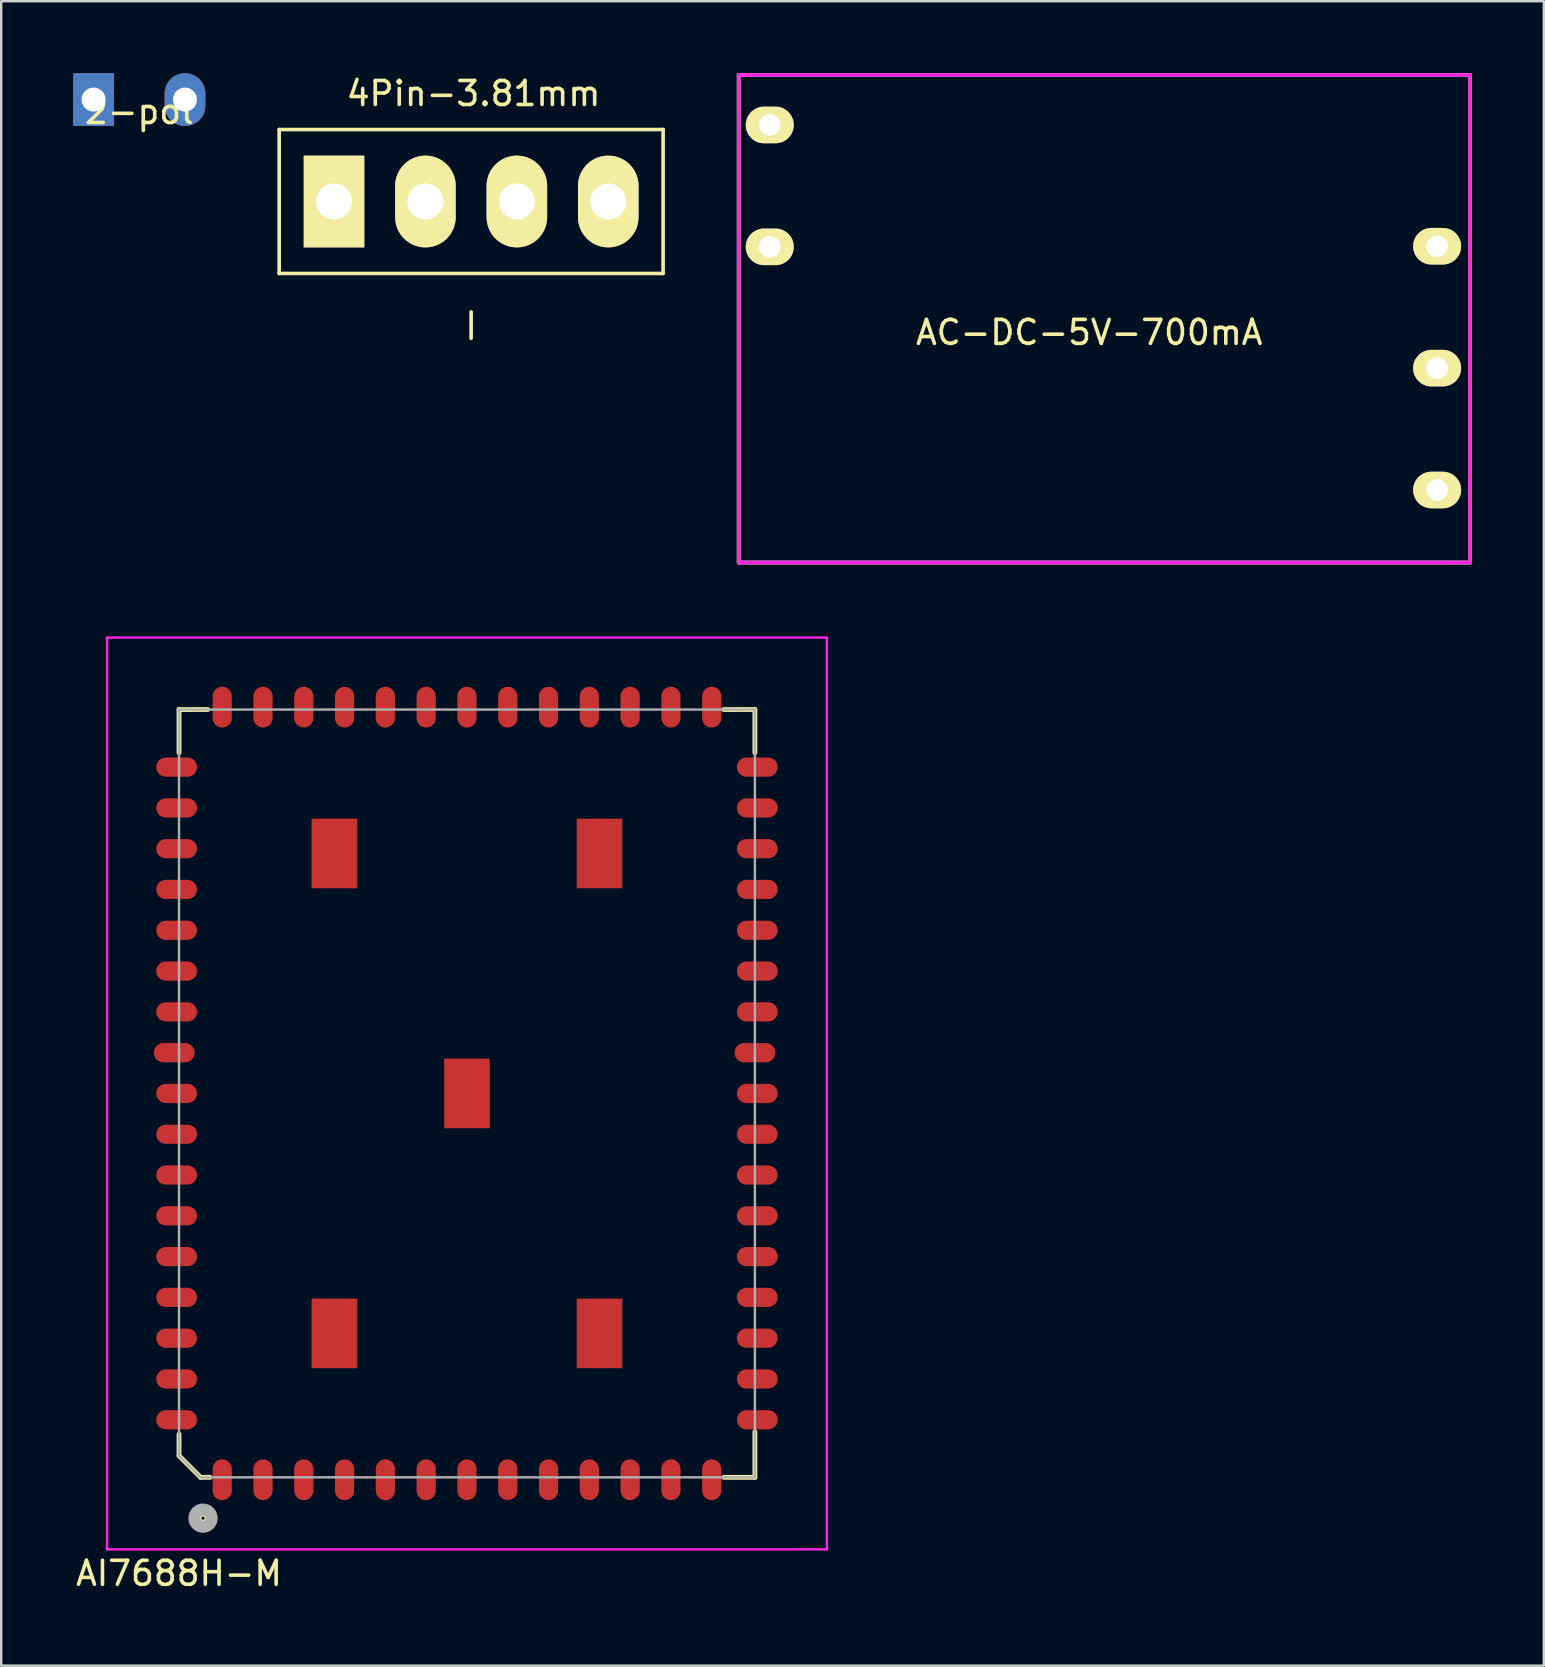
<source format=kicad_pcb>
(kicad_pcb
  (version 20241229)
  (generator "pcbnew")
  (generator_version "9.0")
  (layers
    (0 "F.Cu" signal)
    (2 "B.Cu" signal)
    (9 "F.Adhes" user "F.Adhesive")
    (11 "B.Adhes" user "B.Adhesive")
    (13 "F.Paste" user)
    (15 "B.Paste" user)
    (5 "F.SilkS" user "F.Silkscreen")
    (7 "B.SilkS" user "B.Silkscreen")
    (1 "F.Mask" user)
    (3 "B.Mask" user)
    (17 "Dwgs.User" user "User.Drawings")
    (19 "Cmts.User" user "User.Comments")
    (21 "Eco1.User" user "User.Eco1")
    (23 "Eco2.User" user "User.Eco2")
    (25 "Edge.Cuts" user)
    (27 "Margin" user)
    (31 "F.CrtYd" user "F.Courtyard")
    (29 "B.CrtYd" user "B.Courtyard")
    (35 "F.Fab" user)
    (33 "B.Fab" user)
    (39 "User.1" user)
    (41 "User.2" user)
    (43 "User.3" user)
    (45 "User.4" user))
  (footprint "AI7688H-M"
    (layer "F.Cu")
    (at 16.411 42.52)
    (property "Reference" "AI7688H-M" (at -12 20 0) (layer "F.SilkS") (effects (font (size 1 1) (thickness 0.15))))
    (attr through_hole)
    (fp_line (start -12 -16) (end -12 -14.2) (stroke (width 0.2) (type solid)) (layer "F.SilkS"))
    (fp_line (start -12 15.1) (end -12 14.2) (stroke (width 0.2) (type solid)) (layer "F.SilkS"))
    (fp_line (start -11.1 16) (end -12 15.1) (stroke (width 0.2) (type solid)) (layer "F.SilkS"))
    (fp_line (start -10.8 -16) (end -12 -16) (stroke (width 0.2) (type solid)) (layer "F.SilkS"))
    (fp_line (start -10.7 16) (end -11.1 16) (stroke (width 0.2) (type solid)) (layer "F.SilkS"))
    (fp_line (start 10.7 -16) (end 12 -16) (stroke (width 0.2) (type solid)) (layer "F.SilkS"))
    (fp_line (start 10.7 16) (end 12 16) (stroke (width 0.2) (type solid)) (layer "F.SilkS"))
    (fp_line (start 12 -16) (end 12 -14.2) (stroke (width 0.2) (type solid)) (layer "F.SilkS"))
    (fp_line (start 12 16) (end 12 14.1) (stroke (width 0.2) (type solid)) (layer "F.SilkS"))
    (fp_circle (center -11 17.7) (end -10.7 17.8) (stroke (width 0.5) (type solid)) (fill no) (layer "F.SilkS"))
    (fp_line (start -15 -19) (end 15 -19) (stroke (width 0.1) (type solid)) (layer "F.CrtYd"))
    (fp_line (start -15 19) (end -15 -19) (stroke (width 0.1) (type solid)) (layer "F.CrtYd"))
    (fp_line (start 15 -19) (end 15 19) (stroke (width 0.1) (type solid)) (layer "F.CrtYd"))
    (fp_line (start 15 19) (end -15 19) (stroke (width 0.1) (type solid)) (layer "F.CrtYd"))
    (fp_line (start -12 -16) (end -12 15.1) (stroke (width 0.1) (type solid)) (layer "F.Fab"))
    (fp_line (start -12 15.1) (end -11.1 16) (stroke (width 0.1) (type solid)) (layer "F.Fab"))
    (fp_line (start -11.1 16) (end 12 16) (stroke (width 0.1) (type solid)) (layer "F.Fab"))
    (fp_line (start 12 -16) (end -12 -16) (stroke (width 0.1) (type solid)) (layer "F.Fab"))
    (fp_line (start 12 16) (end 12 -16) (stroke (width 0.1) (type solid)) (layer "F.Fab"))
    (fp_circle (center -11 17.7) (end -10.7 17.9) (stroke (width 0.5) (type solid)) (fill no) (layer "F.Fab"))
    (pad "1" smd oval (at -10.2 16.1) (size 0.8 1.7) (layers "F.Cu" "F.Mask" "F.Paste"))
    (pad "2" smd oval (at -8.5 16.1) (size 0.8 1.7) (layers "F.Cu" "F.Mask" "F.Paste"))
    (pad "3" smd oval (at -6.8 16.1) (size 0.8 1.7) (layers "F.Cu" "F.Mask" "F.Paste"))
    (pad "4" smd oval (at -5.1 16.1) (size 0.8 1.7) (layers "F.Cu" "F.Mask" "F.Paste"))
    (pad "5" smd oval (at -3.4 16.1) (size 0.8 1.7) (layers "F.Cu" "F.Mask" "F.Paste"))
    (pad "6" smd oval (at -1.7 16.1) (size 0.8 1.7) (layers "F.Cu" "F.Mask" "F.Paste"))
    (pad "7" smd oval (at 0 16.1) (size 0.8 1.7) (layers "F.Cu" "F.Mask" "F.Paste"))
    (pad "8" smd oval (at 1.7 16.1) (size 0.8 1.7) (layers "F.Cu" "F.Mask" "F.Paste"))
    (pad "9" smd oval (at 3.4 16.1) (size 0.8 1.7) (layers "F.Cu" "F.Mask" "F.Paste"))
    (pad "10" smd oval (at 5.1 16.1) (size 0.8 1.7) (layers "F.Cu" "F.Mask" "F.Paste"))
    (pad "11" smd oval (at 6.8 16.1) (size 0.8 1.7) (layers "F.Cu" "F.Mask" "F.Paste"))
    (pad "12" smd oval (at 8.5 16.1) (size 0.8 1.7) (layers "F.Cu" "F.Mask" "F.Paste"))
    (pad "13" smd oval (at 10.2 16.1) (size 0.8 1.7) (layers "F.Cu" "F.Mask" "F.Paste"))
    (pad "14" smd oval (at 12.1 13.6 90) (size 0.8 1.7) (layers "F.Cu" "F.Mask" "F.Paste"))
    (pad "15" smd oval (at 12.1 11.9 90) (size 0.8 1.7) (layers "F.Cu" "F.Mask" "F.Paste"))
    (pad "16" smd oval (at 12.1 10.2 90) (size 0.8 1.7) (layers "F.Cu" "F.Mask" "F.Paste"))
    (pad "17" smd oval (at 12.1 8.5 90) (size 0.8 1.7) (layers "F.Cu" "F.Mask" "F.Paste"))
    (pad "18" smd oval (at 12.1 6.8 90) (size 0.8 1.7) (layers "F.Cu" "F.Mask" "F.Paste"))
    (pad "19" smd oval (at 12.1 5.1 90) (size 0.8 1.7) (layers "F.Cu" "F.Mask" "F.Paste"))
    (pad "20" smd oval (at 12.1 3.4 90) (size 0.8 1.7) (layers "F.Cu" "F.Mask" "F.Paste"))
    (pad "21" smd oval (at 12.1 1.7 90) (size 0.8 1.7) (layers "F.Cu" "F.Mask" "F.Paste"))
    (pad "22" smd oval (at 12.1 0 90) (size 0.8 1.7) (layers "F.Cu" "F.Mask" "F.Paste"))
    (pad "23" smd oval (at 12 -1.7 90) (size 0.8 1.7) (layers "F.Cu" "F.Mask" "F.Paste"))
    (pad "24" smd oval (at 12.1 -3.4 90) (size 0.8 1.7) (layers "F.Cu" "F.Mask" "F.Paste"))
    (pad "25" smd oval (at 12.1 -5.1 90) (size 0.8 1.7) (layers "F.Cu" "F.Mask" "F.Paste"))
    (pad "26" smd oval (at 12.1 -6.8 90) (size 0.8 1.7) (layers "F.Cu" "F.Mask" "F.Paste"))
    (pad "27" smd oval (at 12.1 -8.5 90) (size 0.8 1.7) (layers "F.Cu" "F.Mask" "F.Paste"))
    (pad "28" smd oval (at 12.1 -10.2 90) (size 0.8 1.7) (layers "F.Cu" "F.Mask" "F.Paste"))
    (pad "29" smd oval (at 12.1 -11.9 90) (size 0.8 1.7) (layers "F.Cu" "F.Mask" "F.Paste"))
    (pad "30" smd oval (at 12.1 -13.6 90) (size 0.8 1.7) (layers "F.Cu" "F.Mask" "F.Paste"))
    (pad "31" smd oval (at 10.2 -16.1) (size 0.8 1.7) (layers "F.Cu" "F.Mask" "F.Paste"))
    (pad "32" smd oval (at 8.5 -16.1) (size 0.8 1.7) (layers "F.Cu" "F.Mask" "F.Paste"))
    (pad "33" smd oval (at 6.8 -16.1) (size 0.8 1.7) (layers "F.Cu" "F.Mask" "F.Paste"))
    (pad "34" smd oval (at 5.1 -16.1) (size 0.8 1.7) (layers "F.Cu" "F.Mask" "F.Paste"))
    (pad "35" smd oval (at 3.4 -16.1) (size 0.8 1.7) (layers "F.Cu" "F.Mask" "F.Paste"))
    (pad "36" smd oval (at 1.7 -16.1) (size 0.8 1.7) (layers "F.Cu" "F.Mask" "F.Paste"))
    (pad "37" smd oval (at 0 -16.1) (size 0.8 1.7) (layers "F.Cu" "F.Mask" "F.Paste"))
    (pad "38" smd oval (at -1.7 -16.1) (size 0.8 1.7) (layers "F.Cu" "F.Mask" "F.Paste"))
    (pad "39" smd oval (at -3.4 -16.1) (size 0.8 1.7) (layers "F.Cu" "F.Mask" "F.Paste"))
    (pad "40" smd oval (at -5.1 -16.1) (size 0.8 1.7) (layers "F.Cu" "F.Mask" "F.Paste"))
    (pad "41" smd oval (at -6.8 -16.1) (size 0.8 1.7) (layers "F.Cu" "F.Mask" "F.Paste"))
    (pad "42" smd oval (at -8.5 -16.1) (size 0.8 1.7) (layers "F.Cu" "F.Mask" "F.Paste"))
    (pad "43" smd oval (at -10.2 -16.1) (size 0.8 1.7) (layers "F.Cu" "F.Mask" "F.Paste"))
    (pad "44" smd oval (at -12.1 -13.6 90) (size 0.8 1.7) (layers "F.Cu" "F.Mask" "F.Paste"))
    (pad "45" smd oval (at -12.1 -11.9 90) (size 0.8 1.7) (layers "F.Cu" "F.Mask" "F.Paste"))
    (pad "46" smd oval (at -12.1 -10.2 90) (size 0.8 1.7) (layers "F.Cu" "F.Mask" "F.Paste"))
    (pad "47" smd oval (at -12.1 -8.5 90) (size 0.8 1.7) (layers "F.Cu" "F.Mask" "F.Paste"))
    (pad "48" smd oval (at -12.1 -6.8 90) (size 0.8 1.7) (layers "F.Cu" "F.Mask" "F.Paste"))
    (pad "49" smd oval (at -12.1 -5.1 90) (size 0.8 1.7) (layers "F.Cu" "F.Mask" "F.Paste"))
    (pad "50" smd oval (at -12.1 -3.4 90) (size 0.8 1.7) (layers "F.Cu" "F.Mask" "F.Paste"))
    (pad "51" smd oval (at -12.2 -1.7 90) (size 0.8 1.7) (layers "F.Cu" "F.Mask" "F.Paste"))
    (pad "52" smd oval (at -12.1 0 90) (size 0.8 1.7) (layers "F.Cu" "F.Mask" "F.Paste"))
    (pad "53" smd oval (at -12.1 1.7 90) (size 0.8 1.7) (layers "F.Cu" "F.Mask" "F.Paste"))
    (pad "54" smd oval (at -12.1 3.4 90) (size 0.8 1.7) (layers "F.Cu" "F.Mask" "F.Paste"))
    (pad "55" smd oval (at -12.1 5.1 90) (size 0.8 1.7) (layers "F.Cu" "F.Mask" "F.Paste"))
    (pad "56" smd oval (at -12.1 6.8 90) (size 0.8 1.7) (layers "F.Cu" "F.Mask" "F.Paste"))
    (pad "57" smd oval (at -12.1 8.5 90) (size 0.8 1.7) (layers "F.Cu" "F.Mask" "F.Paste"))
    (pad "58" smd oval (at -12.1 10.2 90) (size 0.8 1.7) (layers "F.Cu" "F.Mask" "F.Paste"))
    (pad "59" smd oval (at -12.1 11.9 90) (size 0.8 1.7) (layers "F.Cu" "F.Mask" "F.Paste"))
    (pad "60" smd oval (at -12.1 13.6 90) (size 0.8 1.7) (layers "F.Cu" "F.Mask" "F.Paste"))
    (pad "61" smd rect (at -5.525 -10) (size 1.9 2.9) (layers "F.Cu" "F.Mask" "F.Paste"))
    (pad "62" smd rect (at 5.525 -10) (size 1.9 2.9) (layers "F.Cu" "F.Mask" "F.Paste"))
    (pad "63" smd rect (at 0 0) (size 1.9 2.9) (layers "F.Cu" "F.Mask" "F.Paste"))
    (pad "64" smd rect (at 5.525 10) (size 1.9 2.9) (layers "F.Cu" "F.Mask" "F.Paste"))
    (pad "65" smd rect (at -5.525 10) (size 1.9 2.9) (layers "F.Cu" "F.Mask" "F.Paste")))
  (footprint "AC-DC-5V-700mA"
    (layer "F.Cu")
    (at 42.975 10.235)
    (property "Reference" "AC-DC-5V-700mA" (at -0.63 0.57 0) (layer "F.SilkS") (effects (font (size 1 1) (thickness 0.15))))
    (attr through_hole)
    (fp_line (start -15.24 -10.16) (end 15.24 -10.16) (stroke (width 0.15) (type solid)) (layer "F.SilkS"))
    (fp_line (start -15.24 10.16) (end -15.24 -10.16) (stroke (width 0.15) (type solid)) (layer "F.SilkS"))
    (fp_line (start 15.24 -10.16) (end 15.24 10.16) (stroke (width 0.15) (type solid)) (layer "F.SilkS"))
    (fp_line (start 15.24 10.16) (end -15.24 10.16) (stroke (width 0.15) (type solid)) (layer "F.SilkS"))
    (fp_line (start -15.24 -10.16) (end 15.24 -10.16) (stroke (width 0.15) (type solid)) (layer "F.CrtYd"))
    (fp_line (start -15.24 10.16) (end -15.24 -10.16) (stroke (width 0.15) (type solid)) (layer "F.CrtYd"))
    (fp_line (start 15.24 -10.16) (end 15.24 10.16) (stroke (width 0.15) (type solid)) (layer "F.CrtYd"))
    (fp_line (start 15.24 10.16) (end -15.24 10.16) (stroke (width 0.15) (type solid)) (layer "F.CrtYd"))
    (fp_line (start -15.24 10.16) (end -15.24 -10.16) (stroke (width 0.15) (type solid)) (layer "F.Fab"))
    (fp_line (start -15.22 -10.16) (end 15.24 -10.16) (stroke (width 0.15) (type solid)) (layer "F.Fab"))
    (fp_line (start 15.24 -10.16) (end 15.24 10.16) (stroke (width 0.15) (type solid)) (layer "F.Fab"))
    (fp_line (start 15.24 10.16) (end -15.24 10.16) (stroke (width 0.15) (type solid)) (layer "F.Fab"))
    (pad "1" thru_hole oval (at -13.945 -8.077) (size 2 1.524) (drill 0.9) (layers "*.Cu" "*.Mask" "F.SilkS"))
    (pad "2" thru_hole oval (at -13.945 -2.997) (size 2 1.524) (drill 0.9) (layers "*.Cu" "*.Mask" "F.SilkS"))
    (pad "3" thru_hole oval (at 13.868 7.137) (size 2 1.524) (drill 0.9) (layers "*.Cu" "*.Mask" "F.SilkS"))
    (pad "4" thru_hole oval (at 13.868 2.057) (size 2 1.524) (drill 0.9) (layers "*.Cu" "*.Mask" "F.SilkS"))
    (pad "5" thru_hole oval (at 13.868 -3.023) (size 2 1.524) (drill 0.9) (layers "*.Cu" "*.Mask" "F.SilkS")))
  (footprint "2-pol"
    (layer "F.Cu")
    (at 2.755 1.1)
    (property "Reference" "2-pol" (at 0 0.5 0) (layer "F.SilkS") (effects (font (size 1 1) (thickness 0.15))))
    (attr through_hole)
    (pad "1" thru_hole rect (at -1.905 0) (size 1.7 2.2) (drill 1) (layers "*.Cu" "*.Mask"))
    (pad "2" thru_hole oval (at 1.905 0) (size 1.7 2.2) (drill 1) (layers "*.Cu" "*.Mask")))
  (footprint "4Pin-3.81mm"
    (layer "F.Cu")
    (at 16.585 5.348)
    (property "Reference" "4Pin-3.81mm" (at 0.1 -4.5 0) (layer "F.SilkS") (effects (font (size 1 1) (thickness 0.15))))
    (attr through_hole)
    (fp_line (start -8 -3) (end -8 3) (stroke (width 0.15) (type solid)) (layer "F.SilkS"))
    (fp_line (start -8 3) (end 8 3) (stroke (width 0.15) (type solid)) (layer "F.SilkS"))
    (fp_line (start 0 4.6) (end 0 5.7) (stroke (width 0.15) (type solid)) (layer "F.SilkS"))
    (fp_line (start 8 -3) (end -8 -3) (stroke (width 0.15) (type solid)) (layer "F.SilkS"))
    (fp_line (start 8 3) (end 8 -3) (stroke (width 0.15) (type solid)) (layer "F.SilkS"))
    (pad "1" thru_hole rect (at -5.715 0) (size 2.524 3.824) (drill 1.5) (layers "*.Cu" "*.Mask" "F.SilkS"))
    (pad "2" thru_hole oval (at -1.905 0) (size 2.524 3.824) (drill 1.5) (layers "*.Cu" "*.Mask" "F.SilkS"))
    (pad "3" thru_hole oval (at 1.905 0) (size 2.524 3.824) (drill 1.5) (layers "*.Cu" "*.Mask" "F.SilkS"))
    (pad "4" thru_hole oval (at 5.715 0) (size 2.524 3.824) (drill 1.5) (layers "*.Cu" "*.Mask" "F.SilkS")))
  (gr_rect
    (start -3 -3)
    (end 61.29 66.368)
    (stroke (width 0.1) (type default))
    (fill no)
    (layer "Edge.Cuts")))
</source>
